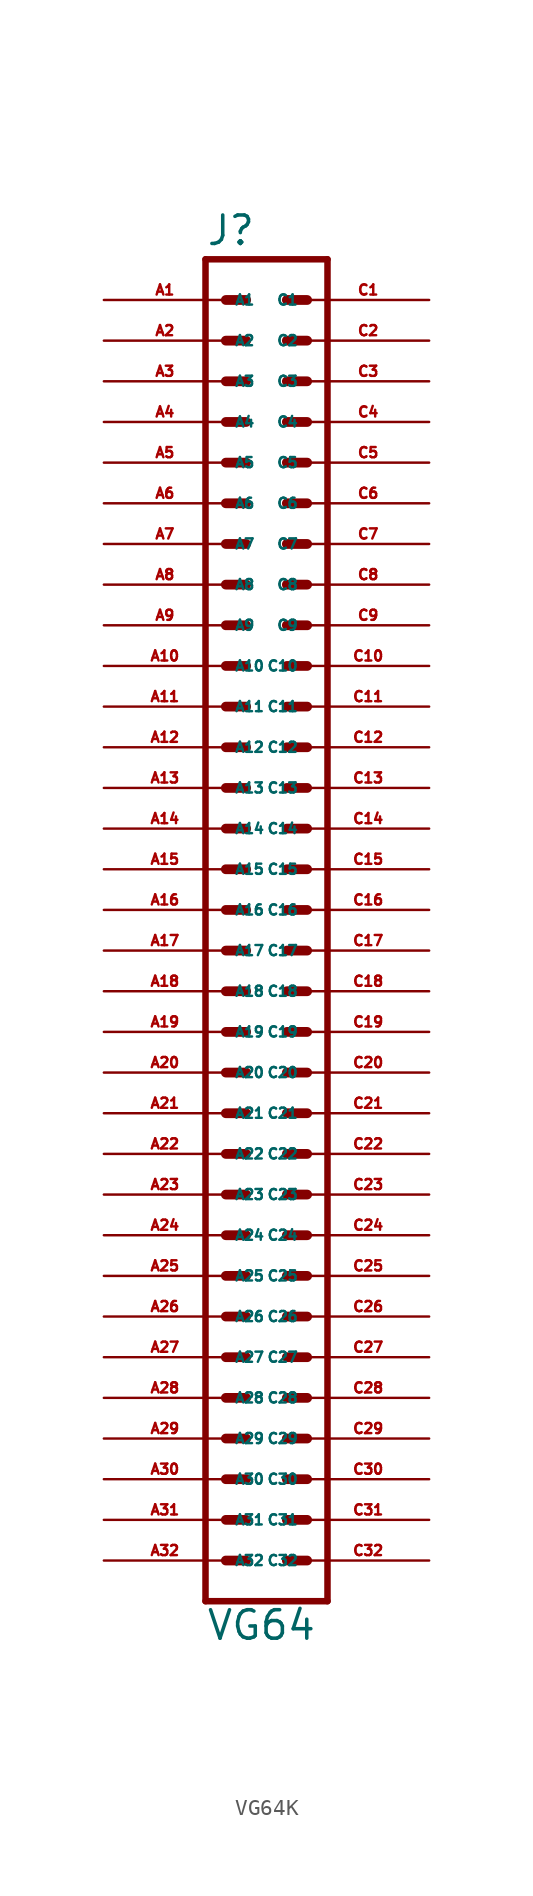
<source format=kicad_sym>
(kicad_symbol_lib
  (version 20220914)
  (generator Eagle2Kicad)
  (symbol "VG64K"
    (property "Reference" "J"
      (at -3.81 41.402 0)
      (effects (font (size 1.778 1.778) (thickness 0.22)) (justify left bottom)))
    (property "Value" "VG64"
      (at -3.81 -45.72 0)
      (effects (font (size 1.778 1.778) (thickness 0.22)) (justify left bottom)))
    (polyline
      (pts (xy 3.81 -43.18) (xy -3.81 -43.18))
      (stroke (width 0.406) (type default))
      (fill (type none)))
    (polyline
      (pts (xy -3.81 40.64) (xy -3.81 -43.18))
      (stroke (width 0.406) (type default))
      (fill (type none)))
    (polyline
      (pts (xy -3.81 40.64) (xy 3.81 40.64))
      (stroke (width 0.406) (type default))
      (fill (type none)))
    (polyline
      (pts (xy 3.81 -43.18) (xy 3.81 40.64))
      (stroke (width 0.406) (type default))
      (fill (type none)))
    (polyline
      (pts (xy 1.27 -40.64) (xy 2.54 -40.64))
      (stroke (width 0.61) (type default))
      (fill (type none)))
    (polyline
      (pts (xy 1.27 -38.1) (xy 2.54 -38.1))
      (stroke (width 0.61) (type default))
      (fill (type none)))
    (polyline
      (pts (xy 1.27 -35.56) (xy 2.54 -35.56))
      (stroke (width 0.61) (type default))
      (fill (type none)))
    (polyline
      (pts (xy 1.27 -33.02) (xy 2.54 -33.02))
      (stroke (width 0.61) (type default))
      (fill (type none)))
    (polyline
      (pts (xy 1.27 -30.48) (xy 2.54 -30.48))
      (stroke (width 0.61) (type default))
      (fill (type none)))
    (polyline
      (pts (xy 1.27 -27.94) (xy 2.54 -27.94))
      (stroke (width 0.61) (type default))
      (fill (type none)))
    (polyline
      (pts (xy 1.27 -25.4) (xy 2.54 -25.4))
      (stroke (width 0.61) (type default))
      (fill (type none)))
    (polyline
      (pts (xy 1.27 -22.86) (xy 2.54 -22.86))
      (stroke (width 0.61) (type default))
      (fill (type none)))
    (polyline
      (pts (xy 1.27 -20.32) (xy 2.54 -20.32))
      (stroke (width 0.61) (type default))
      (fill (type none)))
    (polyline
      (pts (xy 1.27 -17.78) (xy 2.54 -17.78))
      (stroke (width 0.61) (type default))
      (fill (type none)))
    (polyline
      (pts (xy 1.27 -15.24) (xy 2.54 -15.24))
      (stroke (width 0.61) (type default))
      (fill (type none)))
    (polyline
      (pts (xy 1.27 -12.7) (xy 2.54 -12.7))
      (stroke (width 0.61) (type default))
      (fill (type none)))
    (polyline
      (pts (xy 1.27 -10.16) (xy 2.54 -10.16))
      (stroke (width 0.61) (type default))
      (fill (type none)))
    (polyline
      (pts (xy 1.27 -7.62) (xy 2.54 -7.62))
      (stroke (width 0.61) (type default))
      (fill (type none)))
    (polyline
      (pts (xy 1.27 -5.08) (xy 2.54 -5.08))
      (stroke (width 0.61) (type default))
      (fill (type none)))
    (polyline
      (pts (xy 1.27 -2.54) (xy 2.54 -2.54))
      (stroke (width 0.61) (type default))
      (fill (type none)))
    (polyline
      (pts (xy 1.27 0) (xy 2.54 0))
      (stroke (width 0.61) (type default))
      (fill (type none)))
    (polyline
      (pts (xy 1.27 2.54) (xy 2.54 2.54))
      (stroke (width 0.61) (type default))
      (fill (type none)))
    (polyline
      (pts (xy 1.27 5.08) (xy 2.54 5.08))
      (stroke (width 0.61) (type default))
      (fill (type none)))
    (polyline
      (pts (xy 1.27 7.62) (xy 2.54 7.62))
      (stroke (width 0.61) (type default))
      (fill (type none)))
    (polyline
      (pts (xy 1.27 10.16) (xy 2.54 10.16))
      (stroke (width 0.61) (type default))
      (fill (type none)))
    (polyline
      (pts (xy 1.27 12.7) (xy 2.54 12.7))
      (stroke (width 0.61) (type default))
      (fill (type none)))
    (polyline
      (pts (xy 1.27 15.24) (xy 2.54 15.24))
      (stroke (width 0.61) (type default))
      (fill (type none)))
    (polyline
      (pts (xy 1.27 17.78) (xy 2.54 17.78))
      (stroke (width 0.61) (type default))
      (fill (type none)))
    (polyline
      (pts (xy 1.27 20.32) (xy 2.54 20.32))
      (stroke (width 0.61) (type default))
      (fill (type none)))
    (polyline
      (pts (xy 1.27 22.86) (xy 2.54 22.86))
      (stroke (width 0.61) (type default))
      (fill (type none)))
    (polyline
      (pts (xy 1.27 25.4) (xy 2.54 25.4))
      (stroke (width 0.61) (type default))
      (fill (type none)))
    (polyline
      (pts (xy 1.27 27.94) (xy 2.54 27.94))
      (stroke (width 0.61) (type default))
      (fill (type none)))
    (polyline
      (pts (xy 1.27 30.48) (xy 2.54 30.48))
      (stroke (width 0.61) (type default))
      (fill (type none)))
    (polyline
      (pts (xy 1.27 33.02) (xy 2.54 33.02))
      (stroke (width 0.61) (type default))
      (fill (type none)))
    (polyline
      (pts (xy 1.27 35.56) (xy 2.54 35.56))
      (stroke (width 0.61) (type default))
      (fill (type none)))
    (polyline
      (pts (xy 1.27 38.1) (xy 2.54 38.1))
      (stroke (width 0.61) (type default))
      (fill (type none)))
    (polyline
      (pts (xy -2.54 -40.64) (xy -1.27 -40.64))
      (stroke (width 0.61) (type default))
      (fill (type none)))
    (polyline
      (pts (xy -2.54 -38.1) (xy -1.27 -38.1))
      (stroke (width 0.61) (type default))
      (fill (type none)))
    (polyline
      (pts (xy -2.54 -35.56) (xy -1.27 -35.56))
      (stroke (width 0.61) (type default))
      (fill (type none)))
    (polyline
      (pts (xy -2.54 -33.02) (xy -1.27 -33.02))
      (stroke (width 0.61) (type default))
      (fill (type none)))
    (polyline
      (pts (xy -2.54 -30.48) (xy -1.27 -30.48))
      (stroke (width 0.61) (type default))
      (fill (type none)))
    (polyline
      (pts (xy -2.54 -27.94) (xy -1.27 -27.94))
      (stroke (width 0.61) (type default))
      (fill (type none)))
    (polyline
      (pts (xy -2.54 -25.4) (xy -1.27 -25.4))
      (stroke (width 0.61) (type default))
      (fill (type none)))
    (polyline
      (pts (xy -2.54 -22.86) (xy -1.27 -22.86))
      (stroke (width 0.61) (type default))
      (fill (type none)))
    (polyline
      (pts (xy -2.54 -20.32) (xy -1.27 -20.32))
      (stroke (width 0.61) (type default))
      (fill (type none)))
    (polyline
      (pts (xy -2.54 -17.78) (xy -1.27 -17.78))
      (stroke (width 0.61) (type default))
      (fill (type none)))
    (polyline
      (pts (xy -2.54 -15.24) (xy -1.27 -15.24))
      (stroke (width 0.61) (type default))
      (fill (type none)))
    (polyline
      (pts (xy -2.54 -12.7) (xy -1.27 -12.7))
      (stroke (width 0.61) (type default))
      (fill (type none)))
    (polyline
      (pts (xy -2.54 -10.16) (xy -1.27 -10.16))
      (stroke (width 0.61) (type default))
      (fill (type none)))
    (polyline
      (pts (xy -2.54 -7.62) (xy -1.27 -7.62))
      (stroke (width 0.61) (type default))
      (fill (type none)))
    (polyline
      (pts (xy -2.54 -5.08) (xy -1.27 -5.08))
      (stroke (width 0.61) (type default))
      (fill (type none)))
    (polyline
      (pts (xy -2.54 -2.54) (xy -1.27 -2.54))
      (stroke (width 0.61) (type default))
      (fill (type none)))
    (polyline
      (pts (xy -2.54 0) (xy -1.27 0))
      (stroke (width 0.61) (type default))
      (fill (type none)))
    (polyline
      (pts (xy -2.54 2.54) (xy -1.27 2.54))
      (stroke (width 0.61) (type default))
      (fill (type none)))
    (polyline
      (pts (xy -2.54 5.08) (xy -1.27 5.08))
      (stroke (width 0.61) (type default))
      (fill (type none)))
    (polyline
      (pts (xy -2.54 7.62) (xy -1.27 7.62))
      (stroke (width 0.61) (type default))
      (fill (type none)))
    (polyline
      (pts (xy -2.54 10.16) (xy -1.27 10.16))
      (stroke (width 0.61) (type default))
      (fill (type none)))
    (polyline
      (pts (xy -2.54 12.7) (xy -1.27 12.7))
      (stroke (width 0.61) (type default))
      (fill (type none)))
    (polyline
      (pts (xy -2.54 15.24) (xy -1.27 15.24))
      (stroke (width 0.61) (type default))
      (fill (type none)))
    (polyline
      (pts (xy -2.54 17.78) (xy -1.27 17.78))
      (stroke (width 0.61) (type default))
      (fill (type none)))
    (polyline
      (pts (xy -2.54 20.32) (xy -1.27 20.32))
      (stroke (width 0.61) (type default))
      (fill (type none)))
    (polyline
      (pts (xy -2.54 22.86) (xy -1.27 22.86))
      (stroke (width 0.61) (type default))
      (fill (type none)))
    (polyline
      (pts (xy -2.54 25.4) (xy -1.27 25.4))
      (stroke (width 0.61) (type default))
      (fill (type none)))
    (polyline
      (pts (xy -2.54 27.94) (xy -1.27 27.94))
      (stroke (width 0.61) (type default))
      (fill (type none)))
    (polyline
      (pts (xy -2.54 30.48) (xy -1.27 30.48))
      (stroke (width 0.61) (type default))
      (fill (type none)))
    (polyline
      (pts (xy -2.54 33.02) (xy -1.27 33.02))
      (stroke (width 0.61) (type default))
      (fill (type none)))
    (polyline
      (pts (xy -2.54 35.56) (xy -1.27 35.56))
      (stroke (width 0.61) (type default))
      (fill (type none)))
    (polyline
      (pts (xy -2.54 38.1) (xy -1.27 38.1))
      (stroke (width 0.61) (type default))
      (fill (type none)))
    (pin passive line
      (at 10.16 38.1 180)
      (length 7.62)
      (name "C1" (effects (font (size 0.635 0.635) (thickness 0.08)) (justify left bottom)))
      (number "C1" (effects (font (size 0.635 0.635) (thickness 0.08)) (justify left bottom))))
    (pin passive line
      (at 10.16 35.56 180)
      (length 7.62)
      (name "C2" (effects (font (size 0.635 0.635) (thickness 0.08)) (justify left bottom)))
      (number "C2" (effects (font (size 0.635 0.635) (thickness 0.08)) (justify left bottom))))
    (pin passive line
      (at 10.16 33.02 180)
      (length 7.62)
      (name "C3" (effects (font (size 0.635 0.635) (thickness 0.08)) (justify left bottom)))
      (number "C3" (effects (font (size 0.635 0.635) (thickness 0.08)) (justify left bottom))))
    (pin passive line
      (at 10.16 30.48 180)
      (length 7.62)
      (name "C4" (effects (font (size 0.635 0.635) (thickness 0.08)) (justify left bottom)))
      (number "C4" (effects (font (size 0.635 0.635) (thickness 0.08)) (justify left bottom))))
    (pin passive line
      (at 10.16 27.94 180)
      (length 7.62)
      (name "C5" (effects (font (size 0.635 0.635) (thickness 0.08)) (justify left bottom)))
      (number "C5" (effects (font (size 0.635 0.635) (thickness 0.08)) (justify left bottom))))
    (pin passive line
      (at 10.16 25.4 180)
      (length 7.62)
      (name "C6" (effects (font (size 0.635 0.635) (thickness 0.08)) (justify left bottom)))
      (number "C6" (effects (font (size 0.635 0.635) (thickness 0.08)) (justify left bottom))))
    (pin passive line
      (at 10.16 22.86 180)
      (length 7.62)
      (name "C7" (effects (font (size 0.635 0.635) (thickness 0.08)) (justify left bottom)))
      (number "C7" (effects (font (size 0.635 0.635) (thickness 0.08)) (justify left bottom))))
    (pin passive line
      (at 10.16 20.32 180)
      (length 7.62)
      (name "C8" (effects (font (size 0.635 0.635) (thickness 0.08)) (justify left bottom)))
      (number "C8" (effects (font (size 0.635 0.635) (thickness 0.08)) (justify left bottom))))
    (pin passive line
      (at 10.16 17.78 180)
      (length 7.62)
      (name "C9" (effects (font (size 0.635 0.635) (thickness 0.08)) (justify left bottom)))
      (number "C9" (effects (font (size 0.635 0.635) (thickness 0.08)) (justify left bottom))))
    (pin passive line
      (at 10.16 15.24 180)
      (length 7.62)
      (name "C10" (effects (font (size 0.635 0.635) (thickness 0.08)) (justify left bottom)))
      (number "C10" (effects (font (size 0.635 0.635) (thickness 0.08)) (justify left bottom))))
    (pin passive line
      (at 10.16 12.7 180)
      (length 7.62)
      (name "C11" (effects (font (size 0.635 0.635) (thickness 0.08)) (justify left bottom)))
      (number "C11" (effects (font (size 0.635 0.635) (thickness 0.08)) (justify left bottom))))
    (pin passive line
      (at 10.16 10.16 180)
      (length 7.62)
      (name "C12" (effects (font (size 0.635 0.635) (thickness 0.08)) (justify left bottom)))
      (number "C12" (effects (font (size 0.635 0.635) (thickness 0.08)) (justify left bottom))))
    (pin passive line
      (at 10.16 7.62 180)
      (length 7.62)
      (name "C13" (effects (font (size 0.635 0.635) (thickness 0.08)) (justify left bottom)))
      (number "C13" (effects (font (size 0.635 0.635) (thickness 0.08)) (justify left bottom))))
    (pin passive line
      (at 10.16 5.08 180)
      (length 7.62)
      (name "C14" (effects (font (size 0.635 0.635) (thickness 0.08)) (justify left bottom)))
      (number "C14" (effects (font (size 0.635 0.635) (thickness 0.08)) (justify left bottom))))
    (pin passive line
      (at 10.16 2.54 180)
      (length 7.62)
      (name "C15" (effects (font (size 0.635 0.635) (thickness 0.08)) (justify left bottom)))
      (number "C15" (effects (font (size 0.635 0.635) (thickness 0.08)) (justify left bottom))))
    (pin passive line
      (at 10.16 0 180)
      (length 7.62)
      (name "C16" (effects (font (size 0.635 0.635) (thickness 0.08)) (justify left bottom)))
      (number "C16" (effects (font (size 0.635 0.635) (thickness 0.08)) (justify left bottom))))
    (pin passive line
      (at 10.16 -2.54 180)
      (length 7.62)
      (name "C17" (effects (font (size 0.635 0.635) (thickness 0.08)) (justify left bottom)))
      (number "C17" (effects (font (size 0.635 0.635) (thickness 0.08)) (justify left bottom))))
    (pin passive line
      (at 10.16 -5.08 180)
      (length 7.62)
      (name "C18" (effects (font (size 0.635 0.635) (thickness 0.08)) (justify left bottom)))
      (number "C18" (effects (font (size 0.635 0.635) (thickness 0.08)) (justify left bottom))))
    (pin passive line
      (at 10.16 -7.62 180)
      (length 7.62)
      (name "C19" (effects (font (size 0.635 0.635) (thickness 0.08)) (justify left bottom)))
      (number "C19" (effects (font (size 0.635 0.635) (thickness 0.08)) (justify left bottom))))
    (pin passive line
      (at 10.16 -10.16 180)
      (length 7.62)
      (name "C20" (effects (font (size 0.635 0.635) (thickness 0.08)) (justify left bottom)))
      (number "C20" (effects (font (size 0.635 0.635) (thickness 0.08)) (justify left bottom))))
    (pin passive line
      (at 10.16 -12.7 180)
      (length 7.62)
      (name "C21" (effects (font (size 0.635 0.635) (thickness 0.08)) (justify left bottom)))
      (number "C21" (effects (font (size 0.635 0.635) (thickness 0.08)) (justify left bottom))))
    (pin passive line
      (at 10.16 -15.24 180)
      (length 7.62)
      (name "C22" (effects (font (size 0.635 0.635) (thickness 0.08)) (justify left bottom)))
      (number "C22" (effects (font (size 0.635 0.635) (thickness 0.08)) (justify left bottom))))
    (pin passive line
      (at 10.16 -17.78 180)
      (length 7.62)
      (name "C23" (effects (font (size 0.635 0.635) (thickness 0.08)) (justify left bottom)))
      (number "C23" (effects (font (size 0.635 0.635) (thickness 0.08)) (justify left bottom))))
    (pin passive line
      (at 10.16 -20.32 180)
      (length 7.62)
      (name "C24" (effects (font (size 0.635 0.635) (thickness 0.08)) (justify left bottom)))
      (number "C24" (effects (font (size 0.635 0.635) (thickness 0.08)) (justify left bottom))))
    (pin passive line
      (at 10.16 -22.86 180)
      (length 7.62)
      (name "C25" (effects (font (size 0.635 0.635) (thickness 0.08)) (justify left bottom)))
      (number "C25" (effects (font (size 0.635 0.635) (thickness 0.08)) (justify left bottom))))
    (pin passive line
      (at 10.16 -25.4 180)
      (length 7.62)
      (name "C26" (effects (font (size 0.635 0.635) (thickness 0.08)) (justify left bottom)))
      (number "C26" (effects (font (size 0.635 0.635) (thickness 0.08)) (justify left bottom))))
    (pin passive line
      (at 10.16 -27.94 180)
      (length 7.62)
      (name "C27" (effects (font (size 0.635 0.635) (thickness 0.08)) (justify left bottom)))
      (number "C27" (effects (font (size 0.635 0.635) (thickness 0.08)) (justify left bottom))))
    (pin passive line
      (at 10.16 -30.48 180)
      (length 7.62)
      (name "C28" (effects (font (size 0.635 0.635) (thickness 0.08)) (justify left bottom)))
      (number "C28" (effects (font (size 0.635 0.635) (thickness 0.08)) (justify left bottom))))
    (pin passive line
      (at 10.16 -33.02 180)
      (length 7.62)
      (name "C29" (effects (font (size 0.635 0.635) (thickness 0.08)) (justify left bottom)))
      (number "C29" (effects (font (size 0.635 0.635) (thickness 0.08)) (justify left bottom))))
    (pin passive line
      (at 10.16 -35.56 180)
      (length 7.62)
      (name "C30" (effects (font (size 0.635 0.635) (thickness 0.08)) (justify left bottom)))
      (number "C30" (effects (font (size 0.635 0.635) (thickness 0.08)) (justify left bottom))))
    (pin passive line
      (at 10.16 -38.1 180)
      (length 7.62)
      (name "C31" (effects (font (size 0.635 0.635) (thickness 0.08)) (justify left bottom)))
      (number "C31" (effects (font (size 0.635 0.635) (thickness 0.08)) (justify left bottom))))
    (pin passive line
      (at 10.16 -40.64 180)
      (length 7.62)
      (name "C32" (effects (font (size 0.635 0.635) (thickness 0.08)) (justify left bottom)))
      (number "C32" (effects (font (size 0.635 0.635) (thickness 0.08)) (justify left bottom))))
    (pin passive line
      (at -10.16 38.1 0)
      (length 7.62)
      (name "A1" (effects (font (size 0.635 0.635) (thickness 0.08)) (justify left bottom)))
      (number "A1" (effects (font (size 0.635 0.635) (thickness 0.08)) (justify left bottom))))
    (pin passive line
      (at -10.16 35.56 0)
      (length 7.62)
      (name "A2" (effects (font (size 0.635 0.635) (thickness 0.08)) (justify left bottom)))
      (number "A2" (effects (font (size 0.635 0.635) (thickness 0.08)) (justify left bottom))))
    (pin passive line
      (at -10.16 33.02 0)
      (length 7.62)
      (name "A3" (effects (font (size 0.635 0.635) (thickness 0.08)) (justify left bottom)))
      (number "A3" (effects (font (size 0.635 0.635) (thickness 0.08)) (justify left bottom))))
    (pin passive line
      (at -10.16 30.48 0)
      (length 7.62)
      (name "A4" (effects (font (size 0.635 0.635) (thickness 0.08)) (justify left bottom)))
      (number "A4" (effects (font (size 0.635 0.635) (thickness 0.08)) (justify left bottom))))
    (pin passive line
      (at -10.16 27.94 0)
      (length 7.62)
      (name "A5" (effects (font (size 0.635 0.635) (thickness 0.08)) (justify left bottom)))
      (number "A5" (effects (font (size 0.635 0.635) (thickness 0.08)) (justify left bottom))))
    (pin passive line
      (at -10.16 25.4 0)
      (length 7.62)
      (name "A6" (effects (font (size 0.635 0.635) (thickness 0.08)) (justify left bottom)))
      (number "A6" (effects (font (size 0.635 0.635) (thickness 0.08)) (justify left bottom))))
    (pin passive line
      (at -10.16 22.86 0)
      (length 7.62)
      (name "A7" (effects (font (size 0.635 0.635) (thickness 0.08)) (justify left bottom)))
      (number "A7" (effects (font (size 0.635 0.635) (thickness 0.08)) (justify left bottom))))
    (pin passive line
      (at -10.16 20.32 0)
      (length 7.62)
      (name "A8" (effects (font (size 0.635 0.635) (thickness 0.08)) (justify left bottom)))
      (number "A8" (effects (font (size 0.635 0.635) (thickness 0.08)) (justify left bottom))))
    (pin passive line
      (at -10.16 17.78 0)
      (length 7.62)
      (name "A9" (effects (font (size 0.635 0.635) (thickness 0.08)) (justify left bottom)))
      (number "A9" (effects (font (size 0.635 0.635) (thickness 0.08)) (justify left bottom))))
    (pin passive line
      (at -10.16 15.24 0)
      (length 7.62)
      (name "A10" (effects (font (size 0.635 0.635) (thickness 0.08)) (justify left bottom)))
      (number "A10" (effects (font (size 0.635 0.635) (thickness 0.08)) (justify left bottom))))
    (pin passive line
      (at -10.16 12.7 0)
      (length 7.62)
      (name "A11" (effects (font (size 0.635 0.635) (thickness 0.08)) (justify left bottom)))
      (number "A11" (effects (font (size 0.635 0.635) (thickness 0.08)) (justify left bottom))))
    (pin passive line
      (at -10.16 10.16 0)
      (length 7.62)
      (name "A12" (effects (font (size 0.635 0.635) (thickness 0.08)) (justify left bottom)))
      (number "A12" (effects (font (size 0.635 0.635) (thickness 0.08)) (justify left bottom))))
    (pin passive line
      (at -10.16 7.62 0)
      (length 7.62)
      (name "A13" (effects (font (size 0.635 0.635) (thickness 0.08)) (justify left bottom)))
      (number "A13" (effects (font (size 0.635 0.635) (thickness 0.08)) (justify left bottom))))
    (pin passive line
      (at -10.16 5.08 0)
      (length 7.62)
      (name "A14" (effects (font (size 0.635 0.635) (thickness 0.08)) (justify left bottom)))
      (number "A14" (effects (font (size 0.635 0.635) (thickness 0.08)) (justify left bottom))))
    (pin passive line
      (at -10.16 2.54 0)
      (length 7.62)
      (name "A15" (effects (font (size 0.635 0.635) (thickness 0.08)) (justify left bottom)))
      (number "A15" (effects (font (size 0.635 0.635) (thickness 0.08)) (justify left bottom))))
    (pin passive line
      (at -10.16 0 0)
      (length 7.62)
      (name "A16" (effects (font (size 0.635 0.635) (thickness 0.08)) (justify left bottom)))
      (number "A16" (effects (font (size 0.635 0.635) (thickness 0.08)) (justify left bottom))))
    (pin passive line
      (at -10.16 -2.54 0)
      (length 7.62)
      (name "A17" (effects (font (size 0.635 0.635) (thickness 0.08)) (justify left bottom)))
      (number "A17" (effects (font (size 0.635 0.635) (thickness 0.08)) (justify left bottom))))
    (pin passive line
      (at -10.16 -5.08 0)
      (length 7.62)
      (name "A18" (effects (font (size 0.635 0.635) (thickness 0.08)) (justify left bottom)))
      (number "A18" (effects (font (size 0.635 0.635) (thickness 0.08)) (justify left bottom))))
    (pin passive line
      (at -10.16 -7.62 0)
      (length 7.62)
      (name "A19" (effects (font (size 0.635 0.635) (thickness 0.08)) (justify left bottom)))
      (number "A19" (effects (font (size 0.635 0.635) (thickness 0.08)) (justify left bottom))))
    (pin passive line
      (at -10.16 -10.16 0)
      (length 7.62)
      (name "A20" (effects (font (size 0.635 0.635) (thickness 0.08)) (justify left bottom)))
      (number "A20" (effects (font (size 0.635 0.635) (thickness 0.08)) (justify left bottom))))
    (pin passive line
      (at -10.16 -12.7 0)
      (length 7.62)
      (name "A21" (effects (font (size 0.635 0.635) (thickness 0.08)) (justify left bottom)))
      (number "A21" (effects (font (size 0.635 0.635) (thickness 0.08)) (justify left bottom))))
    (pin passive line
      (at -10.16 -15.24 0)
      (length 7.62)
      (name "A22" (effects (font (size 0.635 0.635) (thickness 0.08)) (justify left bottom)))
      (number "A22" (effects (font (size 0.635 0.635) (thickness 0.08)) (justify left bottom))))
    (pin passive line
      (at -10.16 -17.78 0)
      (length 7.62)
      (name "A23" (effects (font (size 0.635 0.635) (thickness 0.08)) (justify left bottom)))
      (number "A23" (effects (font (size 0.635 0.635) (thickness 0.08)) (justify left bottom))))
    (pin passive line
      (at -10.16 -20.32 0)
      (length 7.62)
      (name "A24" (effects (font (size 0.635 0.635) (thickness 0.08)) (justify left bottom)))
      (number "A24" (effects (font (size 0.635 0.635) (thickness 0.08)) (justify left bottom))))
    (pin passive line
      (at -10.16 -22.86 0)
      (length 7.62)
      (name "A25" (effects (font (size 0.635 0.635) (thickness 0.08)) (justify left bottom)))
      (number "A25" (effects (font (size 0.635 0.635) (thickness 0.08)) (justify left bottom))))
    (pin passive line
      (at -10.16 -25.4 0)
      (length 7.62)
      (name "A26" (effects (font (size 0.635 0.635) (thickness 0.08)) (justify left bottom)))
      (number "A26" (effects (font (size 0.635 0.635) (thickness 0.08)) (justify left bottom))))
    (pin passive line
      (at -10.16 -27.94 0)
      (length 7.62)
      (name "A27" (effects (font (size 0.635 0.635) (thickness 0.08)) (justify left bottom)))
      (number "A27" (effects (font (size 0.635 0.635) (thickness 0.08)) (justify left bottom))))
    (pin passive line
      (at -10.16 -30.48 0)
      (length 7.62)
      (name "A28" (effects (font (size 0.635 0.635) (thickness 0.08)) (justify left bottom)))
      (number "A28" (effects (font (size 0.635 0.635) (thickness 0.08)) (justify left bottom))))
    (pin passive line
      (at -10.16 -33.02 0)
      (length 7.62)
      (name "A29" (effects (font (size 0.635 0.635) (thickness 0.08)) (justify left bottom)))
      (number "A29" (effects (font (size 0.635 0.635) (thickness 0.08)) (justify left bottom))))
    (pin passive line
      (at -10.16 -35.56 0)
      (length 7.62)
      (name "A30" (effects (font (size 0.635 0.635) (thickness 0.08)) (justify left bottom)))
      (number "A30" (effects (font (size 0.635 0.635) (thickness 0.08)) (justify left bottom))))
    (pin passive line
      (at -10.16 -38.1 0)
      (length 7.62)
      (name "A31" (effects (font (size 0.635 0.635) (thickness 0.08)) (justify left bottom)))
      (number "A31" (effects (font (size 0.635 0.635) (thickness 0.08)) (justify left bottom))))
    (pin passive line
      (at -10.16 -40.64 0)
      (length 7.62)
      (name "A32" (effects (font (size 0.635 0.635) (thickness 0.08)) (justify left bottom)))
      (number "A32" (effects (font (size 0.635 0.635) (thickness 0.08)) (justify left bottom))))))
</source>
